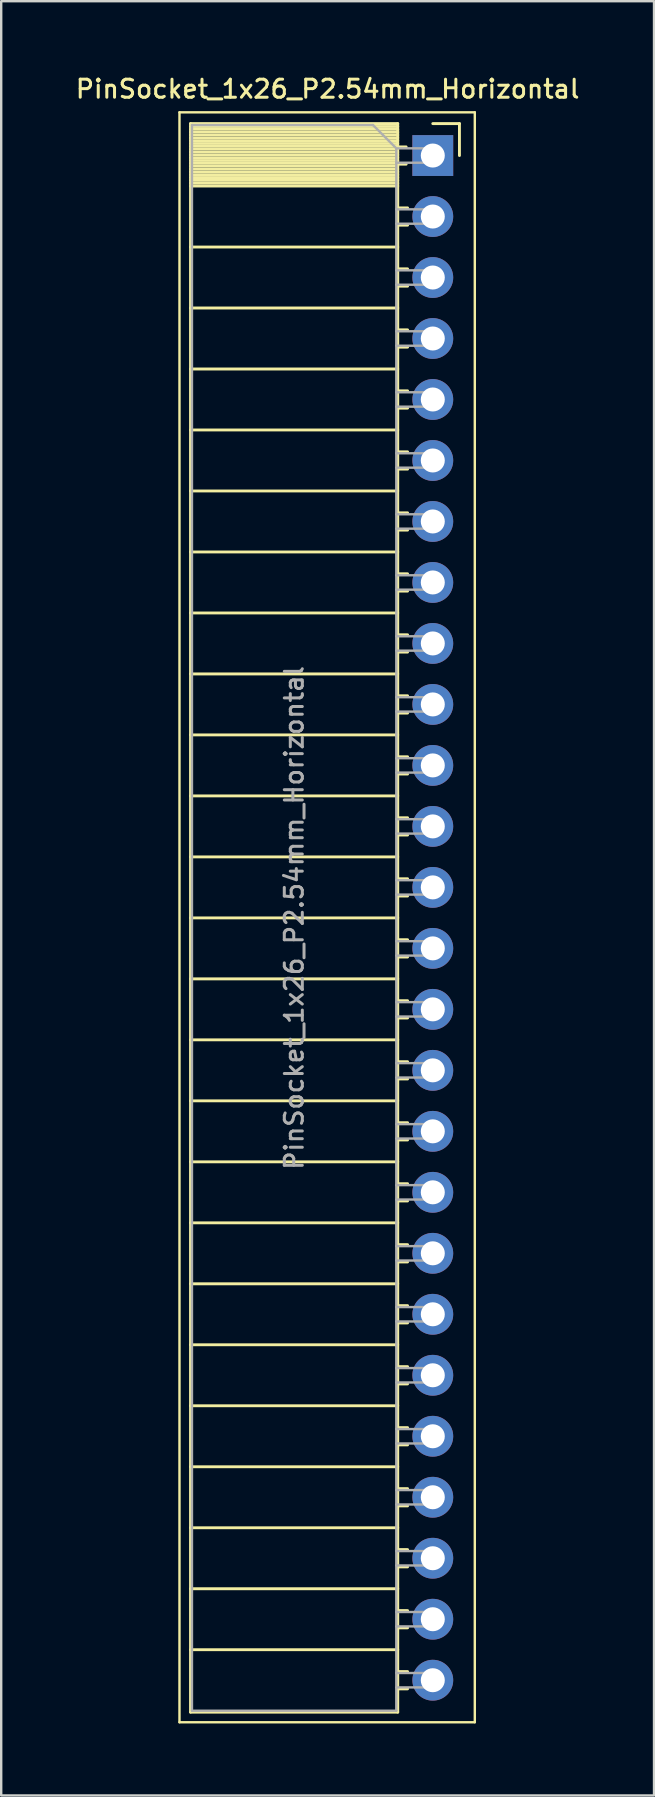
<source format=kicad_pcb>
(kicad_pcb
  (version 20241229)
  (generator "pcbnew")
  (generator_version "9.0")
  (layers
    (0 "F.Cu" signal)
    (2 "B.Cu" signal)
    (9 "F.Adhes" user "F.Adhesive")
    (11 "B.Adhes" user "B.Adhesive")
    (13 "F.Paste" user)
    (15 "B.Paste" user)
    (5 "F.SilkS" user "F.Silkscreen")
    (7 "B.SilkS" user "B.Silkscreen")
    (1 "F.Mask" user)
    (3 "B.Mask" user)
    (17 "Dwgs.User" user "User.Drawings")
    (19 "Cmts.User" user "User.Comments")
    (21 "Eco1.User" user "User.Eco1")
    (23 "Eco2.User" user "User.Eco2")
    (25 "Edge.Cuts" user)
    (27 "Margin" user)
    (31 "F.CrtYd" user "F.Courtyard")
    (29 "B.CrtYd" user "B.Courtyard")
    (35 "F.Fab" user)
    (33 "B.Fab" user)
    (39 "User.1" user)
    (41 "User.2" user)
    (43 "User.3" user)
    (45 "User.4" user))
  (footprint "PinSocket_1x26_P2.54mm_Horizontal"
    (layer "F.Cu")
    (at 14.975 3.428)
    (property "Reference" "PinSocket_1x26_P2.54mm_Horizontal" (at -4.38 -2.77 0) (layer "F.SilkS") (effects (font (size 0.75 0.75) (thickness 0.125))))
    (attr through_hole)
    (fp_line (start -10.55 -1.8) (end -10.55 65.25) (stroke (width 0.1) (type solid)) (layer "F.SilkS"))
    (fp_line (start -10.55 65.25) (end 1.75 65.25) (stroke (width 0.1) (type solid)) (layer "F.SilkS"))
    (fp_line (start -10.09 -1.33) (end -10.09 64.83) (stroke (width 0.12) (type solid)) (layer "F.SilkS"))
    (fp_line (start -10.09 -1.33) (end -1.46 -1.33) (stroke (width 0.12) (type solid)) (layer "F.SilkS"))
    (fp_line (start -10.09 -1.21) (end -1.46 -1.21) (stroke (width 0.12) (type solid)) (layer "F.SilkS"))
    (fp_line (start -10.09 -1.092) (end -1.46 -1.092) (stroke (width 0.12) (type solid)) (layer "F.SilkS"))
    (fp_line (start -10.09 -0.974) (end -1.46 -0.974) (stroke (width 0.12) (type solid)) (layer "F.SilkS"))
    (fp_line (start -10.09 -0.856) (end -1.46 -0.856) (stroke (width 0.12) (type solid)) (layer "F.SilkS"))
    (fp_line (start -10.09 -0.738) (end -1.46 -0.738) (stroke (width 0.12) (type solid)) (layer "F.SilkS"))
    (fp_line (start -10.09 -0.62) (end -1.46 -0.62) (stroke (width 0.12) (type solid)) (layer "F.SilkS"))
    (fp_line (start -10.09 -0.501) (end -1.46 -0.501) (stroke (width 0.12) (type solid)) (layer "F.SilkS"))
    (fp_line (start -10.09 -0.383) (end -1.46 -0.383) (stroke (width 0.12) (type solid)) (layer "F.SilkS"))
    (fp_line (start -10.09 -0.265) (end -1.46 -0.265) (stroke (width 0.12) (type solid)) (layer "F.SilkS"))
    (fp_line (start -10.09 -0.147) (end -1.46 -0.147) (stroke (width 0.12) (type solid)) (layer "F.SilkS"))
    (fp_line (start -10.09 -0.029) (end -1.46 -0.029) (stroke (width 0.12) (type solid)) (layer "F.SilkS"))
    (fp_line (start -10.09 0.089) (end -1.46 0.089) (stroke (width 0.12) (type solid)) (layer "F.SilkS"))
    (fp_line (start -10.09 0.207) (end -1.46 0.207) (stroke (width 0.12) (type solid)) (layer "F.SilkS"))
    (fp_line (start -10.09 0.325) (end -1.46 0.325) (stroke (width 0.12) (type solid)) (layer "F.SilkS"))
    (fp_line (start -10.09 0.443) (end -1.46 0.443) (stroke (width 0.12) (type solid)) (layer "F.SilkS"))
    (fp_line (start -10.09 0.561) (end -1.46 0.561) (stroke (width 0.12) (type solid)) (layer "F.SilkS"))
    (fp_line (start -10.09 0.68) (end -1.46 0.68) (stroke (width 0.12) (type solid)) (layer "F.SilkS"))
    (fp_line (start -10.09 0.798) (end -1.46 0.798) (stroke (width 0.12) (type solid)) (layer "F.SilkS"))
    (fp_line (start -10.09 0.916) (end -1.46 0.916) (stroke (width 0.12) (type solid)) (layer "F.SilkS"))
    (fp_line (start -10.09 1.034) (end -1.46 1.034) (stroke (width 0.12) (type solid)) (layer "F.SilkS"))
    (fp_line (start -10.09 1.152) (end -1.46 1.152) (stroke (width 0.12) (type solid)) (layer "F.SilkS"))
    (fp_line (start -10.09 1.27) (end -1.46 1.27) (stroke (width 0.12) (type solid)) (layer "F.SilkS"))
    (fp_line (start -10.09 3.81) (end -1.46 3.81) (stroke (width 0.12) (type solid)) (layer "F.SilkS"))
    (fp_line (start -10.09 6.35) (end -1.46 6.35) (stroke (width 0.12) (type solid)) (layer "F.SilkS"))
    (fp_line (start -10.09 8.89) (end -1.46 8.89) (stroke (width 0.12) (type solid)) (layer "F.SilkS"))
    (fp_line (start -10.09 11.43) (end -1.46 11.43) (stroke (width 0.12) (type solid)) (layer "F.SilkS"))
    (fp_line (start -10.09 13.97) (end -1.46 13.97) (stroke (width 0.12) (type solid)) (layer "F.SilkS"))
    (fp_line (start -10.09 16.51) (end -1.46 16.51) (stroke (width 0.12) (type solid)) (layer "F.SilkS"))
    (fp_line (start -10.09 19.05) (end -1.46 19.05) (stroke (width 0.12) (type solid)) (layer "F.SilkS"))
    (fp_line (start -10.09 21.59) (end -1.46 21.59) (stroke (width 0.12) (type solid)) (layer "F.SilkS"))
    (fp_line (start -10.09 24.13) (end -1.46 24.13) (stroke (width 0.12) (type solid)) (layer "F.SilkS"))
    (fp_line (start -10.09 26.67) (end -1.46 26.67) (stroke (width 0.12) (type solid)) (layer "F.SilkS"))
    (fp_line (start -10.09 29.21) (end -1.46 29.21) (stroke (width 0.12) (type solid)) (layer "F.SilkS"))
    (fp_line (start -10.09 31.75) (end -1.46 31.75) (stroke (width 0.12) (type solid)) (layer "F.SilkS"))
    (fp_line (start -10.09 34.29) (end -1.46 34.29) (stroke (width 0.12) (type solid)) (layer "F.SilkS"))
    (fp_line (start -10.09 36.83) (end -1.46 36.83) (stroke (width 0.12) (type solid)) (layer "F.SilkS"))
    (fp_line (start -10.09 39.37) (end -1.46 39.37) (stroke (width 0.12) (type solid)) (layer "F.SilkS"))
    (fp_line (start -10.09 41.91) (end -1.46 41.91) (stroke (width 0.12) (type solid)) (layer "F.SilkS"))
    (fp_line (start -10.09 44.45) (end -1.46 44.45) (stroke (width 0.12) (type solid)) (layer "F.SilkS"))
    (fp_line (start -10.09 46.99) (end -1.46 46.99) (stroke (width 0.12) (type solid)) (layer "F.SilkS"))
    (fp_line (start -10.09 49.53) (end -1.46 49.53) (stroke (width 0.12) (type solid)) (layer "F.SilkS"))
    (fp_line (start -10.09 52.07) (end -1.46 52.07) (stroke (width 0.12) (type solid)) (layer "F.SilkS"))
    (fp_line (start -10.09 54.61) (end -1.46 54.61) (stroke (width 0.12) (type solid)) (layer "F.SilkS"))
    (fp_line (start -10.09 57.15) (end -1.46 57.15) (stroke (width 0.12) (type solid)) (layer "F.SilkS"))
    (fp_line (start -10.09 59.69) (end -1.46 59.69) (stroke (width 0.12) (type solid)) (layer "F.SilkS"))
    (fp_line (start -10.09 62.23) (end -1.46 62.23) (stroke (width 0.12) (type solid)) (layer "F.SilkS"))
    (fp_line (start -10.09 64.83) (end -1.46 64.83) (stroke (width 0.12) (type solid)) (layer "F.SilkS"))
    (fp_line (start -1.46 -1.33) (end -1.46 64.83) (stroke (width 0.12) (type solid)) (layer "F.SilkS"))
    (fp_line (start -1.46 -0.36) (end -1.11 -0.36) (stroke (width 0.12) (type solid)) (layer "F.SilkS"))
    (fp_line (start -1.46 0.36) (end -1.11 0.36) (stroke (width 0.12) (type solid)) (layer "F.SilkS"))
    (fp_line (start -1.46 2.18) (end -1.05 2.18) (stroke (width 0.12) (type solid)) (layer "F.SilkS"))
    (fp_line (start -1.46 2.9) (end -1.05 2.9) (stroke (width 0.12) (type solid)) (layer "F.SilkS"))
    (fp_line (start -1.46 4.72) (end -1.05 4.72) (stroke (width 0.12) (type solid)) (layer "F.SilkS"))
    (fp_line (start -1.46 5.44) (end -1.05 5.44) (stroke (width 0.12) (type solid)) (layer "F.SilkS"))
    (fp_line (start -1.46 7.26) (end -1.05 7.26) (stroke (width 0.12) (type solid)) (layer "F.SilkS"))
    (fp_line (start -1.46 7.98) (end -1.05 7.98) (stroke (width 0.12) (type solid)) (layer "F.SilkS"))
    (fp_line (start -1.46 9.8) (end -1.05 9.8) (stroke (width 0.12) (type solid)) (layer "F.SilkS"))
    (fp_line (start -1.46 10.52) (end -1.05 10.52) (stroke (width 0.12) (type solid)) (layer "F.SilkS"))
    (fp_line (start -1.46 12.34) (end -1.05 12.34) (stroke (width 0.12) (type solid)) (layer "F.SilkS"))
    (fp_line (start -1.46 13.06) (end -1.05 13.06) (stroke (width 0.12) (type solid)) (layer "F.SilkS"))
    (fp_line (start -1.46 14.88) (end -1.05 14.88) (stroke (width 0.12) (type solid)) (layer "F.SilkS"))
    (fp_line (start -1.46 15.6) (end -1.05 15.6) (stroke (width 0.12) (type solid)) (layer "F.SilkS"))
    (fp_line (start -1.46 17.42) (end -1.05 17.42) (stroke (width 0.12) (type solid)) (layer "F.SilkS"))
    (fp_line (start -1.46 18.14) (end -1.05 18.14) (stroke (width 0.12) (type solid)) (layer "F.SilkS"))
    (fp_line (start -1.46 19.96) (end -1.05 19.96) (stroke (width 0.12) (type solid)) (layer "F.SilkS"))
    (fp_line (start -1.46 20.68) (end -1.05 20.68) (stroke (width 0.12) (type solid)) (layer "F.SilkS"))
    (fp_line (start -1.46 22.5) (end -1.05 22.5) (stroke (width 0.12) (type solid)) (layer "F.SilkS"))
    (fp_line (start -1.46 23.22) (end -1.05 23.22) (stroke (width 0.12) (type solid)) (layer "F.SilkS"))
    (fp_line (start -1.46 25.04) (end -1.05 25.04) (stroke (width 0.12) (type solid)) (layer "F.SilkS"))
    (fp_line (start -1.46 25.76) (end -1.05 25.76) (stroke (width 0.12) (type solid)) (layer "F.SilkS"))
    (fp_line (start -1.46 27.58) (end -1.05 27.58) (stroke (width 0.12) (type solid)) (layer "F.SilkS"))
    (fp_line (start -1.46 28.3) (end -1.05 28.3) (stroke (width 0.12) (type solid)) (layer "F.SilkS"))
    (fp_line (start -1.46 30.12) (end -1.05 30.12) (stroke (width 0.12) (type solid)) (layer "F.SilkS"))
    (fp_line (start -1.46 30.84) (end -1.05 30.84) (stroke (width 0.12) (type solid)) (layer "F.SilkS"))
    (fp_line (start -1.46 32.66) (end -1.05 32.66) (stroke (width 0.12) (type solid)) (layer "F.SilkS"))
    (fp_line (start -1.46 33.38) (end -1.05 33.38) (stroke (width 0.12) (type solid)) (layer "F.SilkS"))
    (fp_line (start -1.46 35.2) (end -1.05 35.2) (stroke (width 0.12) (type solid)) (layer "F.SilkS"))
    (fp_line (start -1.46 35.92) (end -1.05 35.92) (stroke (width 0.12) (type solid)) (layer "F.SilkS"))
    (fp_line (start -1.46 37.74) (end -1.05 37.74) (stroke (width 0.12) (type solid)) (layer "F.SilkS"))
    (fp_line (start -1.46 38.46) (end -1.05 38.46) (stroke (width 0.12) (type solid)) (layer "F.SilkS"))
    (fp_line (start -1.46 40.28) (end -1.05 40.28) (stroke (width 0.12) (type solid)) (layer "F.SilkS"))
    (fp_line (start -1.46 41) (end -1.05 41) (stroke (width 0.12) (type solid)) (layer "F.SilkS"))
    (fp_line (start -1.46 42.82) (end -1.05 42.82) (stroke (width 0.12) (type solid)) (layer "F.SilkS"))
    (fp_line (start -1.46 43.54) (end -1.05 43.54) (stroke (width 0.12) (type solid)) (layer "F.SilkS"))
    (fp_line (start -1.46 45.36) (end -1.05 45.36) (stroke (width 0.12) (type solid)) (layer "F.SilkS"))
    (fp_line (start -1.46 46.08) (end -1.05 46.08) (stroke (width 0.12) (type solid)) (layer "F.SilkS"))
    (fp_line (start -1.46 47.9) (end -1.05 47.9) (stroke (width 0.12) (type solid)) (layer "F.SilkS"))
    (fp_line (start -1.46 48.62) (end -1.05 48.62) (stroke (width 0.12) (type solid)) (layer "F.SilkS"))
    (fp_line (start -1.46 50.44) (end -1.05 50.44) (stroke (width 0.12) (type solid)) (layer "F.SilkS"))
    (fp_line (start -1.46 51.16) (end -1.05 51.16) (stroke (width 0.12) (type solid)) (layer "F.SilkS"))
    (fp_line (start -1.46 52.98) (end -1.05 52.98) (stroke (width 0.12) (type solid)) (layer "F.SilkS"))
    (fp_line (start -1.46 53.7) (end -1.05 53.7) (stroke (width 0.12) (type solid)) (layer "F.SilkS"))
    (fp_line (start -1.46 55.52) (end -1.05 55.52) (stroke (width 0.12) (type solid)) (layer "F.SilkS"))
    (fp_line (start -1.46 56.24) (end -1.05 56.24) (stroke (width 0.12) (type solid)) (layer "F.SilkS"))
    (fp_line (start -1.46 58.06) (end -1.05 58.06) (stroke (width 0.12) (type solid)) (layer "F.SilkS"))
    (fp_line (start -1.46 58.78) (end -1.05 58.78) (stroke (width 0.12) (type solid)) (layer "F.SilkS"))
    (fp_line (start -1.46 60.6) (end -1.05 60.6) (stroke (width 0.12) (type solid)) (layer "F.SilkS"))
    (fp_line (start -1.46 61.32) (end -1.05 61.32) (stroke (width 0.12) (type solid)) (layer "F.SilkS"))
    (fp_line (start -1.46 63.14) (end -1.05 63.14) (stroke (width 0.12) (type solid)) (layer "F.SilkS"))
    (fp_line (start -1.46 63.86) (end -1.05 63.86) (stroke (width 0.12) (type solid)) (layer "F.SilkS"))
    (fp_line (start 0 -1.33) (end 1.11 -1.33) (stroke (width 0.12) (type solid)) (layer "F.SilkS"))
    (fp_line (start 1.11 -1.33) (end 1.11 0) (stroke (width 0.12) (type solid)) (layer "F.SilkS"))
    (fp_line (start 1.75 -1.8) (end -10.55 -1.8) (stroke (width 0.1) (type solid)) (layer "F.SilkS"))
    (fp_line (start 1.75 65.25) (end 1.75 -1.8) (stroke (width 0.1) (type solid)) (layer "F.SilkS"))
    (fp_line (start -10.03 -1.27) (end -2.49 -1.27) (stroke (width 0.1) (type solid)) (layer "F.Fab"))
    (fp_line (start -10.03 64.77) (end -10.03 -1.27) (stroke (width 0.1) (type solid)) (layer "F.Fab"))
    (fp_line (start -2.49 -1.27) (end -1.52 -0.3) (stroke (width 0.1) (type solid)) (layer "F.Fab"))
    (fp_line (start -1.52 -0.3) (end -1.52 64.77) (stroke (width 0.1) (type solid)) (layer "F.Fab"))
    (fp_line (start -1.52 0.3) (end 0 0.3) (stroke (width 0.1) (type solid)) (layer "F.Fab"))
    (fp_line (start -1.52 2.84) (end 0 2.84) (stroke (width 0.1) (type solid)) (layer "F.Fab"))
    (fp_line (start -1.52 5.38) (end 0 5.38) (stroke (width 0.1) (type solid)) (layer "F.Fab"))
    (fp_line (start -1.52 7.92) (end 0 7.92) (stroke (width 0.1) (type solid)) (layer "F.Fab"))
    (fp_line (start -1.52 10.46) (end 0 10.46) (stroke (width 0.1) (type solid)) (layer "F.Fab"))
    (fp_line (start -1.52 13) (end 0 13) (stroke (width 0.1) (type solid)) (layer "F.Fab"))
    (fp_line (start -1.52 15.54) (end 0 15.54) (stroke (width 0.1) (type solid)) (layer "F.Fab"))
    (fp_line (start -1.52 18.08) (end 0 18.08) (stroke (width 0.1) (type solid)) (layer "F.Fab"))
    (fp_line (start -1.52 20.62) (end 0 20.62) (stroke (width 0.1) (type solid)) (layer "F.Fab"))
    (fp_line (start -1.52 23.16) (end 0 23.16) (stroke (width 0.1) (type solid)) (layer "F.Fab"))
    (fp_line (start -1.52 25.7) (end 0 25.7) (stroke (width 0.1) (type solid)) (layer "F.Fab"))
    (fp_line (start -1.52 28.24) (end 0 28.24) (stroke (width 0.1) (type solid)) (layer "F.Fab"))
    (fp_line (start -1.52 30.78) (end 0 30.78) (stroke (width 0.1) (type solid)) (layer "F.Fab"))
    (fp_line (start -1.52 33.32) (end 0 33.32) (stroke (width 0.1) (type solid)) (layer "F.Fab"))
    (fp_line (start -1.52 35.86) (end 0 35.86) (stroke (width 0.1) (type solid)) (layer "F.Fab"))
    (fp_line (start -1.52 38.4) (end 0 38.4) (stroke (width 0.1) (type solid)) (layer "F.Fab"))
    (fp_line (start -1.52 40.94) (end 0 40.94) (stroke (width 0.1) (type solid)) (layer "F.Fab"))
    (fp_line (start -1.52 43.48) (end 0 43.48) (stroke (width 0.1) (type solid)) (layer "F.Fab"))
    (fp_line (start -1.52 46.02) (end 0 46.02) (stroke (width 0.1) (type solid)) (layer "F.Fab"))
    (fp_line (start -1.52 48.56) (end 0 48.56) (stroke (width 0.1) (type solid)) (layer "F.Fab"))
    (fp_line (start -1.52 51.1) (end 0 51.1) (stroke (width 0.1) (type solid)) (layer "F.Fab"))
    (fp_line (start -1.52 53.64) (end 0 53.64) (stroke (width 0.1) (type solid)) (layer "F.Fab"))
    (fp_line (start -1.52 56.18) (end 0 56.18) (stroke (width 0.1) (type solid)) (layer "F.Fab"))
    (fp_line (start -1.52 58.72) (end 0 58.72) (stroke (width 0.1) (type solid)) (layer "F.Fab"))
    (fp_line (start -1.52 61.26) (end 0 61.26) (stroke (width 0.1) (type solid)) (layer "F.Fab"))
    (fp_line (start -1.52 63.8) (end 0 63.8) (stroke (width 0.1) (type solid)) (layer "F.Fab"))
    (fp_line (start -1.52 64.77) (end -10.03 64.77) (stroke (width 0.1) (type solid)) (layer "F.Fab"))
    (fp_line (start 0 -0.3) (end -1.52 -0.3) (stroke (width 0.1) (type solid)) (layer "F.Fab"))
    (fp_line (start 0 0.3) (end 0 -0.3) (stroke (width 0.1) (type solid)) (layer "F.Fab"))
    (fp_line (start 0 2.24) (end -1.52 2.24) (stroke (width 0.1) (type solid)) (layer "F.Fab"))
    (fp_line (start 0 2.84) (end 0 2.24) (stroke (width 0.1) (type solid)) (layer "F.Fab"))
    (fp_line (start 0 4.78) (end -1.52 4.78) (stroke (width 0.1) (type solid)) (layer "F.Fab"))
    (fp_line (start 0 5.38) (end 0 4.78) (stroke (width 0.1) (type solid)) (layer "F.Fab"))
    (fp_line (start 0 7.32) (end -1.52 7.32) (stroke (width 0.1) (type solid)) (layer "F.Fab"))
    (fp_line (start 0 7.92) (end 0 7.32) (stroke (width 0.1) (type solid)) (layer "F.Fab"))
    (fp_line (start 0 9.86) (end -1.52 9.86) (stroke (width 0.1) (type solid)) (layer "F.Fab"))
    (fp_line (start 0 10.46) (end 0 9.86) (stroke (width 0.1) (type solid)) (layer "F.Fab"))
    (fp_line (start 0 12.4) (end -1.52 12.4) (stroke (width 0.1) (type solid)) (layer "F.Fab"))
    (fp_line (start 0 13) (end 0 12.4) (stroke (width 0.1) (type solid)) (layer "F.Fab"))
    (fp_line (start 0 14.94) (end -1.52 14.94) (stroke (width 0.1) (type solid)) (layer "F.Fab"))
    (fp_line (start 0 15.54) (end 0 14.94) (stroke (width 0.1) (type solid)) (layer "F.Fab"))
    (fp_line (start 0 17.48) (end -1.52 17.48) (stroke (width 0.1) (type solid)) (layer "F.Fab"))
    (fp_line (start 0 18.08) (end 0 17.48) (stroke (width 0.1) (type solid)) (layer "F.Fab"))
    (fp_line (start 0 20.02) (end -1.52 20.02) (stroke (width 0.1) (type solid)) (layer "F.Fab"))
    (fp_line (start 0 20.62) (end 0 20.02) (stroke (width 0.1) (type solid)) (layer "F.Fab"))
    (fp_line (start 0 22.56) (end -1.52 22.56) (stroke (width 0.1) (type solid)) (layer "F.Fab"))
    (fp_line (start 0 23.16) (end 0 22.56) (stroke (width 0.1) (type solid)) (layer "F.Fab"))
    (fp_line (start 0 25.1) (end -1.52 25.1) (stroke (width 0.1) (type solid)) (layer "F.Fab"))
    (fp_line (start 0 25.7) (end 0 25.1) (stroke (width 0.1) (type solid)) (layer "F.Fab"))
    (fp_line (start 0 27.64) (end -1.52 27.64) (stroke (width 0.1) (type solid)) (layer "F.Fab"))
    (fp_line (start 0 28.24) (end 0 27.64) (stroke (width 0.1) (type solid)) (layer "F.Fab"))
    (fp_line (start 0 30.18) (end -1.52 30.18) (stroke (width 0.1) (type solid)) (layer "F.Fab"))
    (fp_line (start 0 30.78) (end 0 30.18) (stroke (width 0.1) (type solid)) (layer "F.Fab"))
    (fp_line (start 0 32.72) (end -1.52 32.72) (stroke (width 0.1) (type solid)) (layer "F.Fab"))
    (fp_line (start 0 33.32) (end 0 32.72) (stroke (width 0.1) (type solid)) (layer "F.Fab"))
    (fp_line (start 0 35.26) (end -1.52 35.26) (stroke (width 0.1) (type solid)) (layer "F.Fab"))
    (fp_line (start 0 35.86) (end 0 35.26) (stroke (width 0.1) (type solid)) (layer "F.Fab"))
    (fp_line (start 0 37.8) (end -1.52 37.8) (stroke (width 0.1) (type solid)) (layer "F.Fab"))
    (fp_line (start 0 38.4) (end 0 37.8) (stroke (width 0.1) (type solid)) (layer "F.Fab"))
    (fp_line (start 0 40.34) (end -1.52 40.34) (stroke (width 0.1) (type solid)) (layer "F.Fab"))
    (fp_line (start 0 40.94) (end 0 40.34) (stroke (width 0.1) (type solid)) (layer "F.Fab"))
    (fp_line (start 0 42.88) (end -1.52 42.88) (stroke (width 0.1) (type solid)) (layer "F.Fab"))
    (fp_line (start 0 43.48) (end 0 42.88) (stroke (width 0.1) (type solid)) (layer "F.Fab"))
    (fp_line (start 0 45.42) (end -1.52 45.42) (stroke (width 0.1) (type solid)) (layer "F.Fab"))
    (fp_line (start 0 46.02) (end 0 45.42) (stroke (width 0.1) (type solid)) (layer "F.Fab"))
    (fp_line (start 0 47.96) (end -1.52 47.96) (stroke (width 0.1) (type solid)) (layer "F.Fab"))
    (fp_line (start 0 48.56) (end 0 47.96) (stroke (width 0.1) (type solid)) (layer "F.Fab"))
    (fp_line (start 0 50.5) (end -1.52 50.5) (stroke (width 0.1) (type solid)) (layer "F.Fab"))
    (fp_line (start 0 51.1) (end 0 50.5) (stroke (width 0.1) (type solid)) (layer "F.Fab"))
    (fp_line (start 0 53.04) (end -1.52 53.04) (stroke (width 0.1) (type solid)) (layer "F.Fab"))
    (fp_line (start 0 53.64) (end 0 53.04) (stroke (width 0.1) (type solid)) (layer "F.Fab"))
    (fp_line (start 0 55.58) (end -1.52 55.58) (stroke (width 0.1) (type solid)) (layer "F.Fab"))
    (fp_line (start 0 56.18) (end 0 55.58) (stroke (width 0.1) (type solid)) (layer "F.Fab"))
    (fp_line (start 0 58.12) (end -1.52 58.12) (stroke (width 0.1) (type solid)) (layer "F.Fab"))
    (fp_line (start 0 58.72) (end 0 58.12) (stroke (width 0.1) (type solid)) (layer "F.Fab"))
    (fp_line (start 0 60.66) (end -1.52 60.66) (stroke (width 0.1) (type solid)) (layer "F.Fab"))
    (fp_line (start 0 61.26) (end 0 60.66) (stroke (width 0.1) (type solid)) (layer "F.Fab"))
    (fp_line (start 0 63.2) (end -1.52 63.2) (stroke (width 0.1) (type solid)) (layer "F.Fab"))
    (fp_line (start 0 63.8) (end 0 63.2) (stroke (width 0.1) (type solid)) (layer "F.Fab"))
    (fp_text user "${REFERENCE}" (at -5.775 31.75 90) (layer "F.Fab") (effects (font (size 0.75 0.75) (thickness 0.125))))
    (pad "1" thru_hole rect (at 0 0) (size 1.7 1.7) (drill 1) (layers "*.Cu" "*.Mask"))
    (pad "2" thru_hole oval (at 0 2.54) (size 1.7 1.7) (drill 1) (layers "*.Cu" "*.Mask"))
    (pad "3" thru_hole oval (at 0 5.08) (size 1.7 1.7) (drill 1) (layers "*.Cu" "*.Mask"))
    (pad "4" thru_hole oval (at 0 7.62) (size 1.7 1.7) (drill 1) (layers "*.Cu" "*.Mask"))
    (pad "5" thru_hole oval (at 0 10.16) (size 1.7 1.7) (drill 1) (layers "*.Cu" "*.Mask"))
    (pad "6" thru_hole oval (at 0 12.7) (size 1.7 1.7) (drill 1) (layers "*.Cu" "*.Mask"))
    (pad "7" thru_hole oval (at 0 15.24) (size 1.7 1.7) (drill 1) (layers "*.Cu" "*.Mask"))
    (pad "8" thru_hole oval (at 0 17.78) (size 1.7 1.7) (drill 1) (layers "*.Cu" "*.Mask"))
    (pad "9" thru_hole oval (at 0 20.32) (size 1.7 1.7) (drill 1) (layers "*.Cu" "*.Mask"))
    (pad "10" thru_hole oval (at 0 22.86) (size 1.7 1.7) (drill 1) (layers "*.Cu" "*.Mask"))
    (pad "11" thru_hole oval (at 0 25.4) (size 1.7 1.7) (drill 1) (layers "*.Cu" "*.Mask"))
    (pad "12" thru_hole oval (at 0 27.94) (size 1.7 1.7) (drill 1) (layers "*.Cu" "*.Mask"))
    (pad "13" thru_hole oval (at 0 30.48) (size 1.7 1.7) (drill 1) (layers "*.Cu" "*.Mask"))
    (pad "14" thru_hole oval (at 0 33.02) (size 1.7 1.7) (drill 1) (layers "*.Cu" "*.Mask"))
    (pad "15" thru_hole oval (at 0 35.56) (size 1.7 1.7) (drill 1) (layers "*.Cu" "*.Mask"))
    (pad "16" thru_hole oval (at 0 38.1) (size 1.7 1.7) (drill 1) (layers "*.Cu" "*.Mask"))
    (pad "17" thru_hole oval (at 0 40.64) (size 1.7 1.7) (drill 1) (layers "*.Cu" "*.Mask"))
    (pad "18" thru_hole oval (at 0 43.18) (size 1.7 1.7) (drill 1) (layers "*.Cu" "*.Mask"))
    (pad "19" thru_hole oval (at 0 45.72) (size 1.7 1.7) (drill 1) (layers "*.Cu" "*.Mask"))
    (pad "20" thru_hole oval (at 0 48.26) (size 1.7 1.7) (drill 1) (layers "*.Cu" "*.Mask"))
    (pad "21" thru_hole oval (at 0 50.8) (size 1.7 1.7) (drill 1) (layers "*.Cu" "*.Mask"))
    (pad "22" thru_hole oval (at 0 53.34) (size 1.7 1.7) (drill 1) (layers "*.Cu" "*.Mask"))
    (pad "23" thru_hole oval (at 0 55.88) (size 1.7 1.7) (drill 1) (layers "*.Cu" "*.Mask"))
    (pad "24" thru_hole oval (at 0 58.42) (size 1.7 1.7) (drill 1) (layers "*.Cu" "*.Mask"))
    (pad "25" thru_hole oval (at 0 60.96) (size 1.7 1.7) (drill 1) (layers "*.Cu" "*.Mask"))
    (pad "26" thru_hole oval (at 0 63.5) (size 1.7 1.7) (drill 1) (layers "*.Cu" "*.Mask")))
  (gr_rect
    (start -3 -3)
    (end 24.189 71.728)
    (stroke (width 0.1) (type default))
    (fill no)
    (layer "Edge.Cuts")))
</source>
